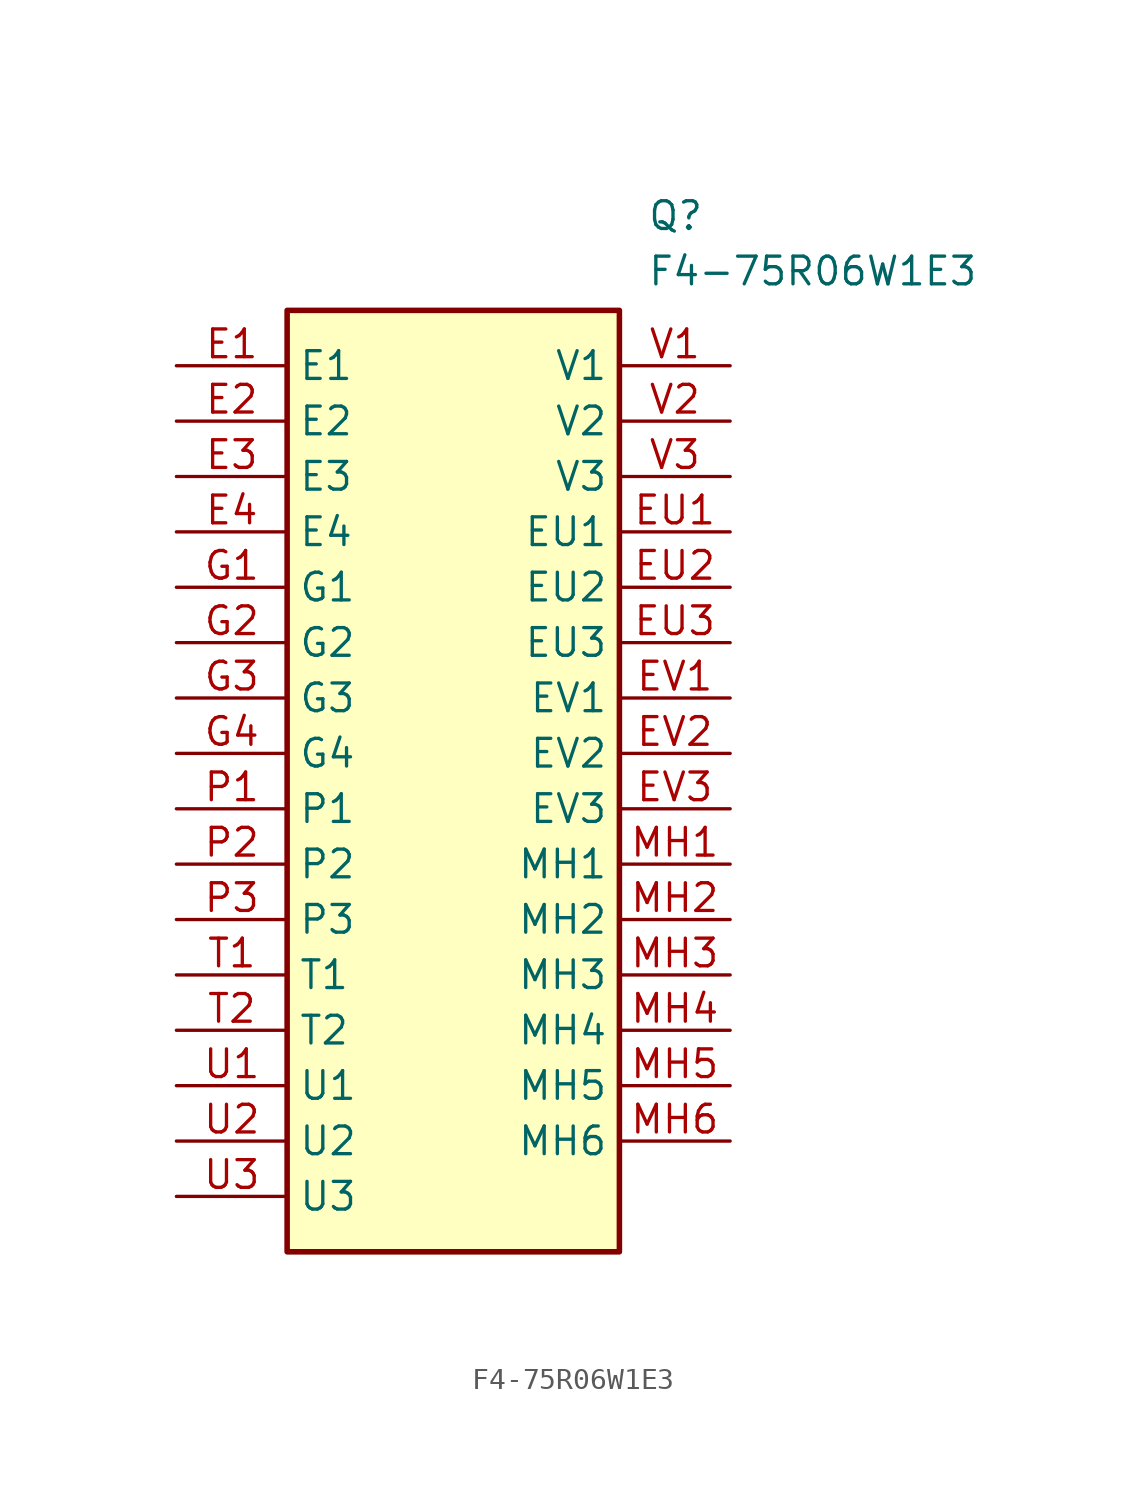
<source format=kicad_sym>
(kicad_symbol_lib
  (version 20211014)
  (generator SamacSys_ECAD_Model)
  (symbol "F4-75R06W1E3"
    (property "Reference" "Q"
      (at 21.59 7.62 0)
      (effects (font (size 1.27 1.27)) (justify left top)))
    (property "Value" "F4-75R06W1E3"
      (at 21.59 5.08 0)
      (effects (font (size 1.27 1.27)) (justify left top)))
    (rectangle
      (start 5.08 2.54)
      (end 20.32 -40.64)
      (stroke (width 0.254) (type default))
      (fill (type background)))
    (pin passive line
      (at 0 0 0)
      (length 5.08)
      (name "E1" (effects (font (size 1.27 1.27))))
      (number "E1" (effects (font (size 1.27 1.27)))))
    (pin passive line
      (at 0 -2.54 0)
      (length 5.08)
      (name "E2" (effects (font (size 1.27 1.27))))
      (number "E2" (effects (font (size 1.27 1.27)))))
    (pin passive line
      (at 0 -5.08 0)
      (length 5.08)
      (name "E3" (effects (font (size 1.27 1.27))))
      (number "E3" (effects (font (size 1.27 1.27)))))
    (pin passive line
      (at 0 -7.62 0)
      (length 5.08)
      (name "E4" (effects (font (size 1.27 1.27))))
      (number "E4" (effects (font (size 1.27 1.27)))))
    (pin passive line
      (at 0 -10.16 0)
      (length 5.08)
      (name "G1" (effects (font (size 1.27 1.27))))
      (number "G1" (effects (font (size 1.27 1.27)))))
    (pin passive line
      (at 0 -12.7 0)
      (length 5.08)
      (name "G2" (effects (font (size 1.27 1.27))))
      (number "G2" (effects (font (size 1.27 1.27)))))
    (pin passive line
      (at 0 -15.24 0)
      (length 5.08)
      (name "G3" (effects (font (size 1.27 1.27))))
      (number "G3" (effects (font (size 1.27 1.27)))))
    (pin passive line
      (at 0 -17.78 0)
      (length 5.08)
      (name "G4" (effects (font (size 1.27 1.27))))
      (number "G4" (effects (font (size 1.27 1.27)))))
    (pin passive line
      (at 0 -20.32 0)
      (length 5.08)
      (name "P1" (effects (font (size 1.27 1.27))))
      (number "P1" (effects (font (size 1.27 1.27)))))
    (pin passive line
      (at 0 -22.86 0)
      (length 5.08)
      (name "P2" (effects (font (size 1.27 1.27))))
      (number "P2" (effects (font (size 1.27 1.27)))))
    (pin passive line
      (at 0 -25.4 0)
      (length 5.08)
      (name "P3" (effects (font (size 1.27 1.27))))
      (number "P3" (effects (font (size 1.27 1.27)))))
    (pin passive line
      (at 0 -27.94 0)
      (length 5.08)
      (name "T1" (effects (font (size 1.27 1.27))))
      (number "T1" (effects (font (size 1.27 1.27)))))
    (pin passive line
      (at 0 -30.48 0)
      (length 5.08)
      (name "T2" (effects (font (size 1.27 1.27))))
      (number "T2" (effects (font (size 1.27 1.27)))))
    (pin passive line
      (at 0 -33.02 0)
      (length 5.08)
      (name "U1" (effects (font (size 1.27 1.27))))
      (number "U1" (effects (font (size 1.27 1.27)))))
    (pin passive line
      (at 0 -35.56 0)
      (length 5.08)
      (name "U2" (effects (font (size 1.27 1.27))))
      (number "U2" (effects (font (size 1.27 1.27)))))
    (pin passive line
      (at 0 -38.1 0)
      (length 5.08)
      (name "U3" (effects (font (size 1.27 1.27))))
      (number "U3" (effects (font (size 1.27 1.27)))))
    (pin passive line
      (at 25.4 0 180)
      (length 5.08)
      (name "V1" (effects (font (size 1.27 1.27))))
      (number "V1" (effects (font (size 1.27 1.27)))))
    (pin passive line
      (at 25.4 -2.54 180)
      (length 5.08)
      (name "V2" (effects (font (size 1.27 1.27))))
      (number "V2" (effects (font (size 1.27 1.27)))))
    (pin passive line
      (at 25.4 -5.08 180)
      (length 5.08)
      (name "V3" (effects (font (size 1.27 1.27))))
      (number "V3" (effects (font (size 1.27 1.27)))))
    (pin passive line
      (at 25.4 -7.62 180)
      (length 5.08)
      (name "EU1" (effects (font (size 1.27 1.27))))
      (number "EU1" (effects (font (size 1.27 1.27)))))
    (pin passive line
      (at 25.4 -10.16 180)
      (length 5.08)
      (name "EU2" (effects (font (size 1.27 1.27))))
      (number "EU2" (effects (font (size 1.27 1.27)))))
    (pin passive line
      (at 25.4 -12.7 180)
      (length 5.08)
      (name "EU3" (effects (font (size 1.27 1.27))))
      (number "EU3" (effects (font (size 1.27 1.27)))))
    (pin passive line
      (at 25.4 -15.24 180)
      (length 5.08)
      (name "EV1" (effects (font (size 1.27 1.27))))
      (number "EV1" (effects (font (size 1.27 1.27)))))
    (pin passive line
      (at 25.4 -17.78 180)
      (length 5.08)
      (name "EV2" (effects (font (size 1.27 1.27))))
      (number "EV2" (effects (font (size 1.27 1.27)))))
    (pin passive line
      (at 25.4 -20.32 180)
      (length 5.08)
      (name "EV3" (effects (font (size 1.27 1.27))))
      (number "EV3" (effects (font (size 1.27 1.27)))))
    (pin passive line
      (at 25.4 -22.86 180)
      (length 5.08)
      (name "MH1" (effects (font (size 1.27 1.27))))
      (number "MH1" (effects (font (size 1.27 1.27)))))
    (pin passive line
      (at 25.4 -25.4 180)
      (length 5.08)
      (name "MH2" (effects (font (size 1.27 1.27))))
      (number "MH2" (effects (font (size 1.27 1.27)))))
    (pin passive line
      (at 25.4 -27.94 180)
      (length 5.08)
      (name "MH3" (effects (font (size 1.27 1.27))))
      (number "MH3" (effects (font (size 1.27 1.27)))))
    (pin passive line
      (at 25.4 -30.48 180)
      (length 5.08)
      (name "MH4" (effects (font (size 1.27 1.27))))
      (number "MH4" (effects (font (size 1.27 1.27)))))
    (pin passive line
      (at 25.4 -33.02 180)
      (length 5.08)
      (name "MH5" (effects (font (size 1.27 1.27))))
      (number "MH5" (effects (font (size 1.27 1.27)))))
    (pin passive line
      (at 25.4 -35.56 180)
      (length 5.08)
      (name "MH6" (effects (font (size 1.27 1.27))))
      (number "MH6" (effects (font (size 1.27 1.27)))))))
</source>
